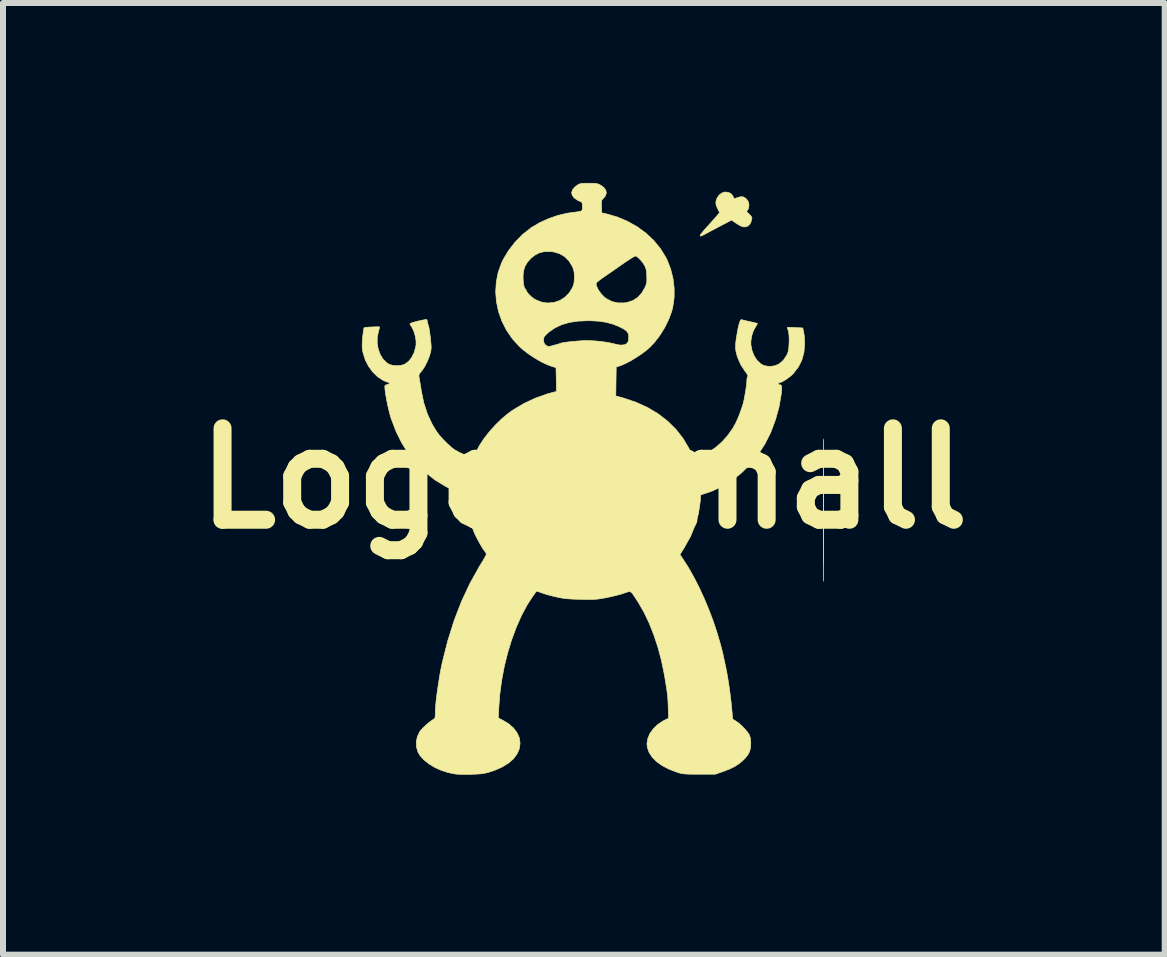
<source format=kicad_pcb>
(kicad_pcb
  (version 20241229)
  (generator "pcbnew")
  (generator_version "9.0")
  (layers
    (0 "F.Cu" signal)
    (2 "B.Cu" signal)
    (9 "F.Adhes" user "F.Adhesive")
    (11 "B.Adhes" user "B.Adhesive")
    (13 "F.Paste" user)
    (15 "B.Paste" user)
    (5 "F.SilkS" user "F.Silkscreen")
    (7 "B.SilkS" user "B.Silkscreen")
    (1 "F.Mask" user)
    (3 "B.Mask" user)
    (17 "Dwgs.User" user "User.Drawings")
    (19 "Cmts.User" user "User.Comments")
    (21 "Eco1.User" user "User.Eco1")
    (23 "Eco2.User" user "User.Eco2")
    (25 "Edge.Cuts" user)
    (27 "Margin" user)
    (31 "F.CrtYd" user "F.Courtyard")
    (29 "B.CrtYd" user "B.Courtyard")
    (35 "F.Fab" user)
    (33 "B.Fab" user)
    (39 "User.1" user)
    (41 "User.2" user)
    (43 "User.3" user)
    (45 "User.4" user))
  (footprint "Logo_small"
    (layer "F.Cu")
    (at 6.684 4.926)
    (property "Reference" "Logo_small" (at 0 0 0) (layer "F.SilkS") (effects (font (size 1.524 1.524) (thickness 0.3))))
    (attr through_hole)
    (fp_poly (pts (xy 3.996 -0.643) (xy 3.997 -0.601) (xy 3.997 -0.535) (xy 3.997 -0.445) (xy 3.997 -0.434) (xy 3.998 -0.244) (xy 3.998 -0.034) (xy 3.999 0.189) (xy 3.999 0.42) (xy 3.999 0.654) (xy 3.999 0.885) (xy 3.998 1.107) (xy 3.998 1.315) (xy 3.997 1.496) (xy 3.997 1.589) (xy 3.997 1.656) (xy 3.996 1.7) (xy 3.996 1.72) (xy 3.996 1.716) (xy 3.995 1.691) (xy 3.995 1.643) (xy 3.995 1.574) (xy 3.995 1.485) (xy 3.994 1.375) (xy 3.994 1.246) (xy 3.994 1.098) (xy 3.994 0.932) (xy 3.994 0.748) (xy 3.994 0.547) (xy 3.994 0.527) (xy 3.994 0.325) (xy 3.994 0.139) (xy 3.994 -0.029) (xy 3.994 -0.178) (xy 3.994 -0.308) (xy 3.995 -0.419) (xy 3.995 -0.51) (xy 3.995 -0.58) (xy 3.995 -0.629) (xy 3.996 -0.657) (xy 3.996 -0.661) (xy 3.996 -0.643)) (stroke (width 0.01) (type solid)) (fill yes) (layer "F.SilkS"))
    (fp_poly (pts (xy 2.416 -4.767) (xy 2.459 -4.743) (xy 2.484 -4.709) (xy 2.498 -4.681) (xy 2.507 -4.665) (xy 2.508 -4.664) (xy 2.52 -4.666) (xy 2.547 -4.676) (xy 2.557 -4.68) (xy 2.612 -4.696) (xy 2.657 -4.694) (xy 2.698 -4.67) (xy 2.706 -4.664) (xy 2.74 -4.618) (xy 2.754 -4.564) (xy 2.747 -4.509) (xy 2.736 -4.486) (xy 2.714 -4.447) (xy 2.761 -4.402) (xy 2.793 -4.366) (xy 2.803 -4.339) (xy 2.802 -4.335) (xy 2.794 -4.305) (xy 2.787 -4.277) (xy 2.771 -4.243) (xy 2.746 -4.216) (xy 2.707 -4.195) (xy 2.664 -4.193) (xy 2.613 -4.209) (xy 2.55 -4.246) (xy 2.546 -4.249) (xy 2.462 -4.306) (xy 2.288 -4.215) (xy 2.22 -4.179) (xy 2.153 -4.144) (xy 2.093 -4.112) (xy 2.047 -4.087) (xy 2.036 -4.081) (xy 1.992 -4.058) (xy 1.965 -4.045) (xy 1.95 -4.04) (xy 1.942 -4.043) (xy 1.938 -4.049) (xy 1.944 -4.062) (xy 1.964 -4.089) (xy 1.996 -4.128) (xy 2.037 -4.174) (xy 2.053 -4.192) (xy 2.101 -4.245) (xy 2.147 -4.297) (xy 2.187 -4.342) (xy 2.215 -4.374) (xy 2.218 -4.378) (xy 2.263 -4.431) (xy 2.229 -4.501) (xy 2.209 -4.546) (xy 2.201 -4.582) (xy 2.203 -4.617) (xy 2.204 -4.625) (xy 2.222 -4.676) (xy 2.255 -4.722) (xy 2.298 -4.757) (xy 2.343 -4.774) (xy 2.356 -4.775) (xy 2.416 -4.767)) (stroke (width 0.01) (type solid)) (fill yes) (layer "F.SilkS"))
    (fp_poly (pts (xy 0.146 -4.921) (xy 0.191 -4.918) (xy 0.224 -4.913) (xy 0.251 -4.904) (xy 0.279 -4.889) (xy 0.334 -4.849) (xy 0.367 -4.804) (xy 0.375 -4.757) (xy 0.359 -4.709) (xy 0.329 -4.672) (xy 0.31 -4.654) (xy 0.299 -4.636) (xy 0.294 -4.613) (xy 0.293 -4.576) (xy 0.295 -4.532) (xy 0.298 -4.428) (xy 0.375 -4.411) (xy 0.556 -4.359) (xy 0.728 -4.286) (xy 0.889 -4.196) (xy 1.035 -4.089) (xy 1.165 -3.967) (xy 1.276 -3.832) (xy 1.367 -3.685) (xy 1.389 -3.641) (xy 1.447 -3.491) (xy 1.487 -3.332) (xy 1.506 -3.17) (xy 1.505 -3.009) (xy 1.483 -2.855) (xy 1.466 -2.789) (xy 1.416 -2.653) (xy 1.349 -2.516) (xy 1.268 -2.385) (xy 1.177 -2.267) (xy 1.103 -2.189) (xy 1.036 -2.13) (xy 0.954 -2.07) (xy 0.865 -2.011) (xy 0.775 -1.957) (xy 0.689 -1.913) (xy 0.613 -1.88) (xy 0.591 -1.873) (xy 0.54 -1.858) (xy 0.536 -1.616) (xy 0.533 -1.375) (xy 0.657 -1.341) (xy 0.866 -1.271) (xy 1.059 -1.184) (xy 1.236 -1.079) (xy 1.394 -0.957) (xy 1.534 -0.82) (xy 1.654 -0.666) (xy 1.754 -0.498) (xy 1.776 -0.454) (xy 1.801 -0.404) (xy 1.824 -0.372) (xy 1.85 -0.357) (xy 1.884 -0.358) (xy 1.932 -0.371) (xy 1.976 -0.387) (xy 2.088 -0.441) (xy 2.199 -0.517) (xy 2.304 -0.61) (xy 2.4 -0.717) (xy 2.483 -0.835) (xy 2.526 -0.911) (xy 2.558 -0.979) (xy 2.591 -1.058) (xy 2.621 -1.14) (xy 2.647 -1.215) (xy 2.662 -1.269) (xy 2.675 -1.331) (xy 2.688 -1.403) (xy 2.7 -1.477) (xy 2.71 -1.546) (xy 2.716 -1.603) (xy 2.718 -1.638) (xy 2.721 -1.672) (xy 2.73 -1.696) (xy 2.732 -1.698) (xy 2.735 -1.713) (xy 2.723 -1.738) (xy 2.694 -1.778) (xy 2.693 -1.779) (xy 2.619 -1.89) (xy 2.565 -2.012) (xy 2.551 -2.057) (xy 2.538 -2.108) (xy 2.531 -2.154) (xy 2.529 -2.202) (xy 2.532 -2.258) (xy 2.541 -2.33) (xy 2.547 -2.367) (xy 2.563 -2.462) (xy 2.579 -2.539) (xy 2.595 -2.597) (xy 2.61 -2.634) (xy 2.624 -2.648) (xy 2.627 -2.648) (xy 2.646 -2.642) (xy 2.684 -2.633) (xy 2.734 -2.621) (xy 2.767 -2.614) (xy 2.819 -2.602) (xy 2.861 -2.592) (xy 2.888 -2.585) (xy 2.894 -2.583) (xy 2.89 -2.572) (xy 2.875 -2.547) (xy 2.865 -2.531) (xy 2.826 -2.459) (xy 2.798 -2.374) (xy 2.785 -2.287) (xy 2.785 -2.23) (xy 2.804 -2.131) (xy 2.839 -2.043) (xy 2.888 -1.968) (xy 2.949 -1.911) (xy 2.988 -1.888) (xy 3.032 -1.875) (xy 3.087 -1.868) (xy 3.107 -1.867) (xy 3.19 -1.879) (xy 3.264 -1.914) (xy 3.329 -1.973) (xy 3.382 -2.053) (xy 3.399 -2.089) (xy 3.41 -2.129) (xy 3.418 -2.187) (xy 3.422 -2.255) (xy 3.423 -2.325) (xy 3.42 -2.391) (xy 3.413 -2.445) (xy 3.405 -2.474) (xy 3.395 -2.502) (xy 3.392 -2.518) (xy 3.392 -2.518) (xy 3.406 -2.519) (xy 3.44 -2.518) (xy 3.488 -2.517) (xy 3.524 -2.515) (xy 3.65 -2.508) (xy 3.666 -2.432) (xy 3.674 -2.383) (xy 3.679 -2.321) (xy 3.681 -2.255) (xy 3.681 -2.235) (xy 3.669 -2.099) (xy 3.635 -1.975) (xy 3.578 -1.86) (xy 3.497 -1.754) (xy 3.496 -1.752) (xy 3.457 -1.714) (xy 3.407 -1.675) (xy 3.355 -1.639) (xy 3.307 -1.612) (xy 3.27 -1.598) (xy 3.269 -1.598) (xy 3.248 -1.588) (xy 3.242 -1.573) (xy 3.254 -1.563) (xy 3.263 -1.562) (xy 3.282 -1.558) (xy 3.294 -1.545) (xy 3.299 -1.519) (xy 3.298 -1.476) (xy 3.292 -1.412) (xy 3.289 -1.392) (xy 3.254 -1.19) (xy 3.197 -0.985) (xy 3.123 -0.785) (xy 3.115 -0.765) (xy 3.02 -0.576) (xy 2.908 -0.401) (xy 2.779 -0.241) (xy 2.636 -0.099) (xy 2.48 0.026) (xy 2.314 0.129) (xy 2.138 0.211) (xy 2.057 0.24) (xy 1.949 0.275) (xy 1.94 0.388) (xy 1.912 0.581) (xy 1.858 0.773) (xy 1.781 0.963) (xy 1.678 1.148) (xy 1.672 1.159) (xy 1.602 1.27) (xy 1.66 1.356) (xy 1.748 1.493) (xy 1.836 1.65) (xy 1.924 1.822) (xy 2.008 2.005) (xy 2.086 2.192) (xy 2.157 2.38) (xy 2.218 2.563) (xy 2.226 2.591) (xy 2.249 2.668) (xy 2.267 2.73) (xy 2.282 2.782) (xy 2.294 2.828) (xy 2.306 2.876) (xy 2.319 2.929) (xy 2.333 2.994) (xy 2.351 3.077) (xy 2.36 3.118) (xy 2.38 3.217) (xy 2.401 3.335) (xy 2.421 3.465) (xy 2.439 3.599) (xy 2.455 3.73) (xy 2.467 3.851) (xy 2.472 3.905) (xy 2.48 4.013) (xy 2.532 4.044) (xy 2.577 4.075) (xy 2.627 4.119) (xy 2.677 4.17) (xy 2.721 4.22) (xy 2.752 4.264) (xy 2.759 4.276) (xy 2.775 4.324) (xy 2.782 4.389) (xy 2.783 4.421) (xy 2.779 4.493) (xy 2.763 4.554) (xy 2.733 4.611) (xy 2.685 4.669) (xy 2.655 4.699) (xy 2.591 4.754) (xy 2.518 4.802) (xy 2.43 4.845) (xy 2.323 4.887) (xy 2.311 4.891) (xy 2.191 4.932) (xy 1.924 4.932) (xy 1.834 4.932) (xy 1.764 4.931) (xy 1.711 4.929) (xy 1.669 4.926) (xy 1.635 4.921) (xy 1.602 4.914) (xy 1.568 4.904) (xy 1.555 4.899) (xy 1.422 4.849) (xy 1.308 4.79) (xy 1.213 4.723) (xy 1.139 4.648) (xy 1.087 4.568) (xy 1.058 4.483) (xy 1.052 4.424) (xy 1.065 4.34) (xy 1.099 4.257) (xy 1.155 4.178) (xy 1.227 4.107) (xy 1.315 4.047) (xy 1.376 4.016) (xy 1.413 4) (xy 1.406 3.806) (xy 1.404 3.742) (xy 1.401 3.684) (xy 1.396 3.628) (xy 1.389 3.571) (xy 1.381 3.506) (xy 1.368 3.429) (xy 1.353 3.335) (xy 1.338 3.251) (xy 1.293 3.034) (xy 1.236 2.819) (xy 1.167 2.611) (xy 1.089 2.413) (xy 1.002 2.231) (xy 0.909 2.069) (xy 0.883 2.029) (xy 0.844 1.97) (xy 0.816 1.928) (xy 0.794 1.902) (xy 0.774 1.89) (xy 0.752 1.888) (xy 0.723 1.895) (xy 0.683 1.909) (xy 0.665 1.915) (xy 0.608 1.933) (xy 0.535 1.952) (xy 0.456 1.971) (xy 0.379 1.987) (xy 0.376 1.988) (xy 0.313 2) (xy 0.261 2.008) (xy 0.214 2.014) (xy 0.166 2.017) (xy 0.11 2.019) (xy 0.042 2.018) (xy -0.045 2.016) (xy -0.056 2.016) (xy -0.152 2.014) (xy -0.23 2.01) (xy -0.295 2.005) (xy -0.356 1.997) (xy -0.419 1.985) (xy -0.491 1.969) (xy -0.578 1.947) (xy -0.578 1.947) (xy -0.634 1.931) (xy -0.693 1.912) (xy -0.721 1.902) (xy -0.758 1.889) (xy -0.784 1.881) (xy -0.792 1.881) (xy -0.8 1.893) (xy -0.819 1.92) (xy -0.845 1.956) (xy -0.846 1.956) (xy -0.946 2.111) (xy -1.04 2.287) (xy -1.126 2.481) (xy -1.203 2.689) (xy -1.27 2.908) (xy -1.326 3.135) (xy -1.37 3.367) (xy -1.401 3.599) (xy -1.417 3.81) (xy -1.425 3.994) (xy -1.352 4.032) (xy -1.251 4.093) (xy -1.171 4.164) (xy -1.112 4.243) (xy -1.075 4.327) (xy -1.063 4.415) (xy -1.063 4.417) (xy -1.076 4.508) (xy -1.113 4.593) (xy -1.172 4.673) (xy -1.254 4.745) (xy -1.357 4.809) (xy -1.479 4.864) (xy -1.572 4.895) (xy -1.623 4.909) (xy -1.671 4.919) (xy -1.722 4.926) (xy -1.785 4.93) (xy -1.866 4.933) (xy -1.873 4.934) (xy -1.948 4.935) (xy -2.02 4.934) (xy -2.083 4.933) (xy -2.13 4.93) (xy -2.14 4.929) (xy -2.261 4.905) (xy -2.378 4.867) (xy -2.487 4.818) (xy -2.585 4.758) (xy -2.668 4.692) (xy -2.732 4.62) (xy -2.764 4.566) (xy -2.79 4.482) (xy -2.794 4.393) (xy -2.776 4.306) (xy -2.738 4.226) (xy -2.72 4.201) (xy -2.682 4.159) (xy -2.633 4.113) (xy -2.581 4.068) (xy -2.532 4.032) (xy -2.505 4.015) (xy -2.491 4.005) (xy -2.482 3.99) (xy -2.478 3.964) (xy -2.477 3.922) (xy -2.477 3.897) (xy -2.474 3.832) (xy -2.467 3.747) (xy -2.456 3.647) (xy -2.441 3.536) (xy -2.424 3.421) (xy -2.406 3.305) (xy -2.386 3.193) (xy -2.365 3.091) (xy -2.36 3.067) (xy -2.27 2.711) (xy -2.164 2.373) (xy -2.041 2.054) (xy -1.901 1.754) (xy -1.744 1.472) (xy -1.713 1.421) (xy -1.68 1.368) (xy -1.653 1.321) (xy -1.634 1.285) (xy -1.626 1.266) (xy -1.626 1.264) (xy -1.633 1.243) (xy -1.652 1.215) (xy -1.655 1.211) (xy -1.683 1.172) (xy -1.717 1.116) (xy -1.754 1.051) (xy -1.79 0.983) (xy -1.821 0.918) (xy -1.828 0.904) (xy -1.885 0.748) (xy -1.927 0.578) (xy -1.949 0.433) (xy -1.957 0.372) (xy -1.965 0.321) (xy -1.972 0.284) (xy -1.977 0.266) (xy -1.977 0.266) (xy -1.994 0.258) (xy -2.028 0.246) (xy -2.073 0.231) (xy -2.082 0.229) (xy -2.136 0.21) (xy -2.201 0.183) (xy -2.267 0.153) (xy -2.295 0.139) (xy -2.473 0.032) (xy -2.636 -0.095) (xy -2.785 -0.241) (xy -2.918 -0.406) (xy -3.034 -0.587) (xy -3.132 -0.785) (xy -3.212 -0.996) (xy -3.226 -1.041) (xy -3.247 -1.12) (xy -3.268 -1.21) (xy -3.287 -1.304) (xy -3.303 -1.394) (xy -3.314 -1.472) (xy -3.317 -1.505) (xy -3.318 -1.538) (xy -3.311 -1.554) (xy -3.29 -1.561) (xy -3.284 -1.562) (xy -3.258 -1.571) (xy -3.242 -1.584) (xy -3.241 -1.596) (xy -3.257 -1.6) (xy -3.278 -1.606) (xy -3.314 -1.62) (xy -3.35 -1.637) (xy -3.441 -1.697) (xy -3.522 -1.777) (xy -3.592 -1.873) (xy -3.646 -1.981) (xy -3.682 -2.097) (xy -3.687 -2.121) (xy -3.694 -2.168) (xy -3.696 -2.219) (xy -3.694 -2.279) (xy -3.688 -2.354) (xy -3.681 -2.413) (xy -3.674 -2.463) (xy -3.668 -2.498) (xy -3.664 -2.512) (xy -3.649 -2.516) (xy -3.617 -2.52) (xy -3.573 -2.523) (xy -3.523 -2.525) (xy -3.476 -2.527) (xy -3.435 -2.528) (xy -3.41 -2.526) (xy -3.404 -2.524) (xy -3.407 -2.51) (xy -3.416 -2.48) (xy -3.424 -2.45) (xy -3.444 -2.353) (xy -3.445 -2.255) (xy -3.429 -2.159) (xy -3.397 -2.071) (xy -3.352 -1.994) (xy -3.294 -1.934) (xy -3.249 -1.904) (xy -3.193 -1.886) (xy -3.125 -1.879) (xy -3.056 -1.884) (xy -2.997 -1.899) (xy -2.986 -1.904) (xy -2.923 -1.95) (xy -2.871 -2.015) (xy -2.83 -2.097) (xy -2.804 -2.19) (xy -2.797 -2.232) (xy -2.798 -2.298) (xy -2.811 -2.374) (xy -2.833 -2.449) (xy -2.861 -2.511) (xy -2.864 -2.515) (xy -2.883 -2.546) (xy -2.898 -2.57) (xy -2.9 -2.574) (xy -2.894 -2.583) (xy -2.866 -2.595) (xy -2.815 -2.61) (xy -2.767 -2.622) (xy -2.711 -2.635) (xy -2.664 -2.644) (xy -2.632 -2.649) (xy -2.62 -2.65) (xy -2.614 -2.635) (xy -2.609 -2.612) (xy -2.6 -2.573) (xy -2.591 -2.546) (xy -2.584 -2.521) (xy -2.577 -2.477) (xy -2.568 -2.42) (xy -2.56 -2.355) (xy -2.559 -2.346) (xy -2.551 -2.27) (xy -2.546 -2.213) (xy -2.546 -2.169) (xy -2.55 -2.131) (xy -2.554 -2.109) (xy -2.576 -2.034) (xy -2.609 -1.953) (xy -2.648 -1.875) (xy -2.69 -1.809) (xy -2.706 -1.789) (xy -2.733 -1.755) (xy -2.747 -1.731) (xy -2.75 -1.707) (xy -2.745 -1.675) (xy -2.744 -1.668) (xy -2.737 -1.629) (xy -2.728 -1.574) (xy -2.717 -1.51) (xy -2.711 -1.467) (xy -2.669 -1.261) (xy -2.607 -1.071) (xy -2.525 -0.896) (xy -2.452 -0.777) (xy -2.406 -0.717) (xy -2.348 -0.652) (xy -2.284 -0.587) (xy -2.221 -0.529) (xy -2.164 -0.484) (xy -2.151 -0.476) (xy -2.088 -0.44) (xy -2.019 -0.407) (xy -1.951 -0.38) (xy -1.894 -0.364) (xy -1.88 -0.361) (xy -1.856 -0.358) (xy -1.84 -0.363) (xy -1.827 -0.378) (xy -1.811 -0.41) (xy -1.799 -0.436) (xy -1.742 -0.546) (xy -1.666 -0.662) (xy -1.575 -0.779) (xy -1.473 -0.892) (xy -1.365 -0.997) (xy -1.255 -1.089) (xy -1.187 -1.137) (xy -1.001 -1.248) (xy -0.804 -1.34) (xy -0.602 -1.411) (xy -0.511 -1.436) (xy -0.457 -1.449) (xy -0.46 -1.648) (xy -0.464 -1.847) (xy -0.521 -1.863) (xy -0.611 -1.896) (xy -0.711 -1.944) (xy -0.815 -2.004) (xy -0.917 -2.071) (xy -1.011 -2.143) (xy -1.077 -2.202) (xy -1.179 -2.314) (xy -0.673 -2.314) (xy -0.664 -2.259) (xy -0.636 -2.22) (xy -0.589 -2.198) (xy -0.587 -2.198) (xy -0.574 -2.201) (xy -0.543 -2.208) (xy -0.499 -2.22) (xy -0.486 -2.223) (xy -0.439 -2.236) (xy -0.402 -2.247) (xy -0.381 -2.254) (xy -0.38 -2.255) (xy -0.36 -2.261) (xy -0.32 -2.267) (xy -0.265 -2.275) (xy -0.2 -2.282) (xy -0.132 -2.288) (xy -0.064 -2.293) (xy -0.002 -2.297) (xy 0.048 -2.299) (xy 0.051 -2.299) (xy 0.122 -2.296) (xy 0.204 -2.291) (xy 0.289 -2.282) (xy 0.37 -2.271) (xy 0.442 -2.258) (xy 0.498 -2.246) (xy 0.514 -2.241) (xy 0.559 -2.23) (xy 0.611 -2.223) (xy 0.631 -2.223) (xy 0.685 -2.23) (xy 0.722 -2.252) (xy 0.743 -2.292) (xy 0.749 -2.353) (xy 0.749 -2.355) (xy 0.745 -2.398) (xy 0.731 -2.433) (xy 0.704 -2.464) (xy 0.659 -2.494) (xy 0.594 -2.527) (xy 0.583 -2.533) (xy 0.478 -2.574) (xy 0.369 -2.603) (xy 0.25 -2.621) (xy 0.115 -2.628) (xy 0.069 -2.629) (xy -0.096 -2.622) (xy -0.242 -2.6) (xy -0.371 -2.562) (xy -0.485 -2.508) (xy -0.587 -2.437) (xy -0.625 -2.402) (xy -0.657 -2.367) (xy -0.671 -2.336) (xy -0.673 -2.314) (xy -1.179 -2.314) (xy -1.194 -2.331) (xy -1.291 -2.473) (xy -1.367 -2.624) (xy -1.423 -2.782) (xy -1.457 -2.945) (xy -1.47 -3.11) (xy -1.46 -3.274) (xy -1.445 -3.35) (xy -1.013 -3.35) (xy -1.011 -3.296) (xy -1.005 -3.244) (xy -0.997 -3.2) (xy -0.987 -3.171) (xy -0.978 -3.162) (xy -0.968 -3.152) (xy -0.961 -3.134) (xy -0.944 -3.102) (xy -0.912 -3.063) (xy -0.87 -3.024) (xy -0.825 -2.991) (xy -0.807 -2.98) (xy -0.708 -2.94) (xy -0.608 -2.924) (xy -0.502 -2.933) (xy -0.493 -2.935) (xy -0.398 -2.967) (xy -0.314 -3.021) (xy -0.243 -3.094) (xy -0.194 -3.173) (xy -0.176 -3.214) (xy -0.168 -3.244) (xy 0.204 -3.244) (xy 0.21 -3.216) (xy 0.213 -3.204) (xy 0.241 -3.144) (xy 0.285 -3.082) (xy 0.339 -3.025) (xy 0.377 -2.996) (xy 0.467 -2.949) (xy 0.565 -2.926) (xy 0.672 -2.926) (xy 0.726 -2.935) (xy 0.82 -2.966) (xy 0.899 -3.018) (xy 0.965 -3.09) (xy 1.018 -3.181) (xy 1.035 -3.221) (xy 1.045 -3.255) (xy 1.05 -3.292) (xy 1.05 -3.341) (xy 1.049 -3.372) (xy 1.046 -3.437) (xy 1.038 -3.485) (xy 1.025 -3.524) (xy 1.016 -3.543) (xy 0.989 -3.587) (xy 0.955 -3.631) (xy 0.919 -3.669) (xy 0.887 -3.697) (xy 0.862 -3.708) (xy 0.86 -3.708) (xy 0.843 -3.701) (xy 0.809 -3.682) (xy 0.761 -3.652) (xy 0.704 -3.614) (xy 0.64 -3.57) (xy 0.633 -3.566) (xy 0.567 -3.519) (xy 0.504 -3.475) (xy 0.45 -3.437) (xy 0.407 -3.408) (xy 0.382 -3.391) (xy 0.382 -3.391) (xy 0.29 -3.327) (xy 0.231 -3.281) (xy 0.211 -3.262) (xy 0.204 -3.244) (xy -0.168 -3.244) (xy -0.165 -3.253) (xy -0.16 -3.297) (xy -0.159 -3.353) (xy -0.16 -3.413) (xy -0.166 -3.457) (xy -0.177 -3.498) (xy -0.195 -3.539) (xy -0.249 -3.627) (xy -0.319 -3.697) (xy -0.404 -3.747) (xy -0.503 -3.776) (xy -0.561 -3.782) (xy -0.657 -3.781) (xy -0.738 -3.763) (xy -0.811 -3.726) (xy -0.875 -3.676) (xy -0.938 -3.608) (xy -0.98 -3.539) (xy -1.004 -3.463) (xy -1.012 -3.4) (xy -1.013 -3.35) (xy -1.445 -3.35) (xy -1.428 -3.436) (xy -1.372 -3.592) (xy -1.346 -3.647) (xy -1.257 -3.796) (xy -1.148 -3.937) (xy -1.023 -4.065) (xy -0.887 -4.173) (xy -0.878 -4.18) (xy -0.743 -4.26) (xy -0.593 -4.329) (xy -0.436 -4.384) (xy -0.279 -4.421) (xy -0.21 -4.431) (xy -0.138 -4.44) (xy -0.088 -4.447) (xy -0.055 -4.454) (xy -0.036 -4.463) (xy -0.028 -4.477) (xy -0.025 -4.497) (xy -0.025 -4.526) (xy -0.025 -4.532) (xy -0.026 -4.573) (xy -0.031 -4.597) (xy -0.043 -4.61) (xy -0.067 -4.62) (xy -0.071 -4.621) (xy -0.11 -4.641) (xy -0.151 -4.669) (xy -0.16 -4.676) (xy -0.194 -4.719) (xy -0.204 -4.765) (xy -0.189 -4.811) (xy -0.151 -4.857) (xy -0.105 -4.892) (xy -0.081 -4.905) (xy -0.056 -4.914) (xy -0.023 -4.919) (xy 0.022 -4.921) (xy 0.083 -4.921) (xy 0.146 -4.921)) (stroke (width 0.01) (type solid)) (fill yes) (layer "F.SilkS")))
  (gr_rect
    (start -3 -3)
    (end 16.368 12.866)
    (stroke (width 0.1) (type default))
    (fill no)
    (layer "Edge.Cuts")))
</source>
